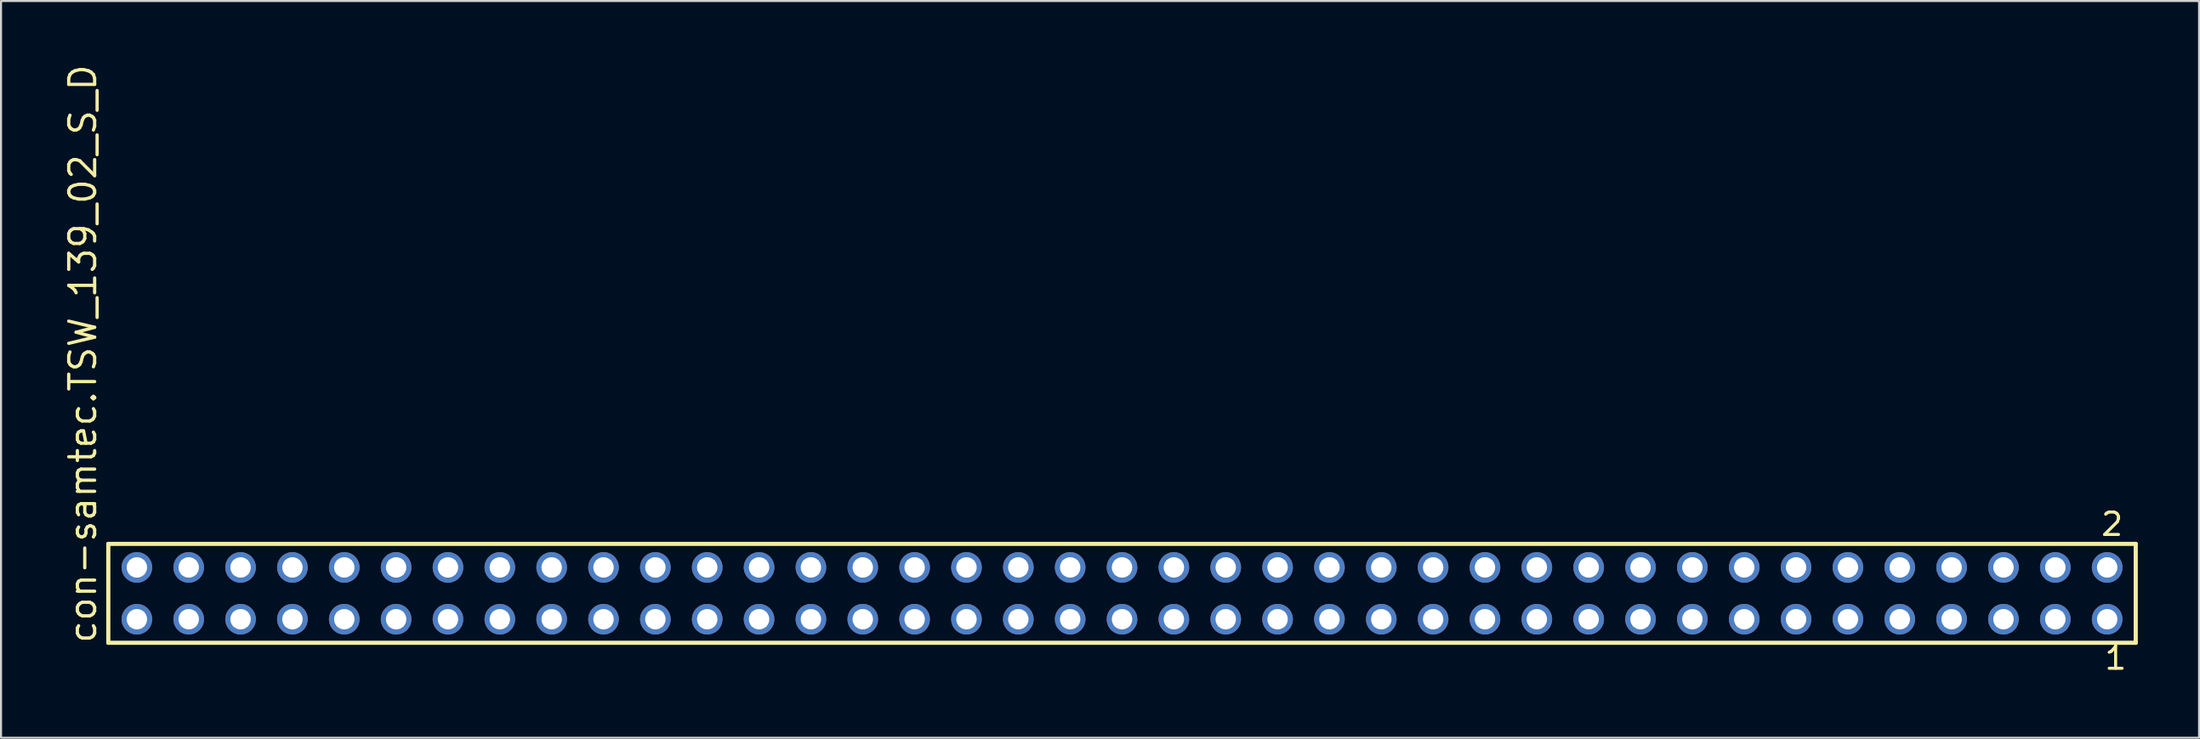
<source format=kicad_pcb>
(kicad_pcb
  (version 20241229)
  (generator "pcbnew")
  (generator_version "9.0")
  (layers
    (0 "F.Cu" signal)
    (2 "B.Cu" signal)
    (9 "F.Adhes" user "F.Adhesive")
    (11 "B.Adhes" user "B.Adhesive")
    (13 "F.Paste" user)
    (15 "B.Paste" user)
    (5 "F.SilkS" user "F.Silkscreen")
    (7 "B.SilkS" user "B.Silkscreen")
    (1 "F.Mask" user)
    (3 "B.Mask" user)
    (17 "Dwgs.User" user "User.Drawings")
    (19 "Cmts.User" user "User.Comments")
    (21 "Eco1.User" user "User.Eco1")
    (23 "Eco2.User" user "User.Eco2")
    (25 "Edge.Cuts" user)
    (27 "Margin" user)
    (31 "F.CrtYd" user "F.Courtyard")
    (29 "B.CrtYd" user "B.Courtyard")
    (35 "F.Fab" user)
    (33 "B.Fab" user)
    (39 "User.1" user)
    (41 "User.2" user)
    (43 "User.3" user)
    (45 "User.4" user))
  (footprint "con-samtec.TSW_139_02_S_D"
    (layer "F.Cu")
    (at 51.915 26.049)
    (property "Reference" "con-samtec.TSW_139_02_S_D" (at -50.165 2.54 90) (layer "F.SilkS") (effects (font (size 1.27 1.27) (thickness 0.16)) (justify left bottom)))
    (attr through_hole)
    (fp_line (start -49.659 -2.425) (end 49.659 -2.425) (stroke (width 0.203) (type default)) (layer "F.SilkS"))
    (fp_line (start -49.659 2.425) (end -49.659 -2.425) (stroke (width 0.203) (type default)) (layer "F.SilkS"))
    (fp_line (start 49.659 -2.425) (end 49.659 2.425) (stroke (width 0.203) (type default)) (layer "F.SilkS"))
    (fp_line (start 49.659 2.425) (end -49.659 2.425) (stroke (width 0.203) (type default)) (layer "F.SilkS"))
    (fp_rect (start -48.61 -0.92) (end -47.91 -1.62) (stroke (width 0.05) (type default)) (fill no) (layer "F.Fab"))
    (fp_rect (start -48.61 1.62) (end -47.91 0.92) (stroke (width 0.05) (type default)) (fill no) (layer "F.Fab"))
    (fp_rect (start -46.07 -0.92) (end -45.37 -1.62) (stroke (width 0.05) (type default)) (fill no) (layer "F.Fab"))
    (fp_rect (start -46.07 1.62) (end -45.37 0.92) (stroke (width 0.05) (type default)) (fill no) (layer "F.Fab"))
    (fp_rect (start -43.53 -0.92) (end -42.83 -1.62) (stroke (width 0.05) (type default)) (fill no) (layer "F.Fab"))
    (fp_rect (start -43.53 1.62) (end -42.83 0.92) (stroke (width 0.05) (type default)) (fill no) (layer "F.Fab"))
    (fp_rect (start -40.99 -0.92) (end -40.29 -1.62) (stroke (width 0.05) (type default)) (fill no) (layer "F.Fab"))
    (fp_rect (start -40.99 1.62) (end -40.29 0.92) (stroke (width 0.05) (type default)) (fill no) (layer "F.Fab"))
    (fp_rect (start -38.45 -0.92) (end -37.75 -1.62) (stroke (width 0.05) (type default)) (fill no) (layer "F.Fab"))
    (fp_rect (start -38.45 1.62) (end -37.75 0.92) (stroke (width 0.05) (type default)) (fill no) (layer "F.Fab"))
    (fp_rect (start -35.91 -0.92) (end -35.21 -1.62) (stroke (width 0.05) (type default)) (fill no) (layer "F.Fab"))
    (fp_rect (start -35.91 1.62) (end -35.21 0.92) (stroke (width 0.05) (type default)) (fill no) (layer "F.Fab"))
    (fp_rect (start -33.37 -0.92) (end -32.67 -1.62) (stroke (width 0.05) (type default)) (fill no) (layer "F.Fab"))
    (fp_rect (start -33.37 1.62) (end -32.67 0.92) (stroke (width 0.05) (type default)) (fill no) (layer "F.Fab"))
    (fp_rect (start -30.83 -0.92) (end -30.13 -1.62) (stroke (width 0.05) (type default)) (fill no) (layer "F.Fab"))
    (fp_rect (start -30.83 1.62) (end -30.13 0.92) (stroke (width 0.05) (type default)) (fill no) (layer "F.Fab"))
    (fp_rect (start -28.29 -0.92) (end -27.59 -1.62) (stroke (width 0.05) (type default)) (fill no) (layer "F.Fab"))
    (fp_rect (start -28.29 1.62) (end -27.59 0.92) (stroke (width 0.05) (type default)) (fill no) (layer "F.Fab"))
    (fp_rect (start -25.75 -0.92) (end -25.05 -1.62) (stroke (width 0.05) (type default)) (fill no) (layer "F.Fab"))
    (fp_rect (start -25.75 1.62) (end -25.05 0.92) (stroke (width 0.05) (type default)) (fill no) (layer "F.Fab"))
    (fp_rect (start -23.21 -0.92) (end -22.51 -1.62) (stroke (width 0.05) (type default)) (fill no) (layer "F.Fab"))
    (fp_rect (start -23.21 1.62) (end -22.51 0.92) (stroke (width 0.05) (type default)) (fill no) (layer "F.Fab"))
    (fp_rect (start -20.67 -0.92) (end -19.97 -1.62) (stroke (width 0.05) (type default)) (fill no) (layer "F.Fab"))
    (fp_rect (start -20.67 1.62) (end -19.97 0.92) (stroke (width 0.05) (type default)) (fill no) (layer "F.Fab"))
    (fp_rect (start -18.13 -0.92) (end -17.43 -1.62) (stroke (width 0.05) (type default)) (fill no) (layer "F.Fab"))
    (fp_rect (start -18.13 1.62) (end -17.43 0.92) (stroke (width 0.05) (type default)) (fill no) (layer "F.Fab"))
    (fp_rect (start -15.59 -0.92) (end -14.89 -1.62) (stroke (width 0.05) (type default)) (fill no) (layer "F.Fab"))
    (fp_rect (start -15.59 1.62) (end -14.89 0.92) (stroke (width 0.05) (type default)) (fill no) (layer "F.Fab"))
    (fp_rect (start -13.05 -0.92) (end -12.35 -1.62) (stroke (width 0.05) (type default)) (fill no) (layer "F.Fab"))
    (fp_rect (start -13.05 1.62) (end -12.35 0.92) (stroke (width 0.05) (type default)) (fill no) (layer "F.Fab"))
    (fp_rect (start -10.51 -0.92) (end -9.81 -1.62) (stroke (width 0.05) (type default)) (fill no) (layer "F.Fab"))
    (fp_rect (start -10.51 1.62) (end -9.81 0.92) (stroke (width 0.05) (type default)) (fill no) (layer "F.Fab"))
    (fp_rect (start -7.97 -0.92) (end -7.27 -1.62) (stroke (width 0.05) (type default)) (fill no) (layer "F.Fab"))
    (fp_rect (start -7.97 1.62) (end -7.27 0.92) (stroke (width 0.05) (type default)) (fill no) (layer "F.Fab"))
    (fp_rect (start -5.43 -0.92) (end -4.73 -1.62) (stroke (width 0.05) (type default)) (fill no) (layer "F.Fab"))
    (fp_rect (start -5.43 1.62) (end -4.73 0.92) (stroke (width 0.05) (type default)) (fill no) (layer "F.Fab"))
    (fp_rect (start -2.89 -0.92) (end -2.19 -1.62) (stroke (width 0.05) (type default)) (fill no) (layer "F.Fab"))
    (fp_rect (start -2.89 1.62) (end -2.19 0.92) (stroke (width 0.05) (type default)) (fill no) (layer "F.Fab"))
    (fp_rect (start -0.35 -0.92) (end 0.35 -1.62) (stroke (width 0.05) (type default)) (fill no) (layer "F.Fab"))
    (fp_rect (start -0.35 1.62) (end 0.35 0.92) (stroke (width 0.05) (type default)) (fill no) (layer "F.Fab"))
    (fp_rect (start 2.19 -0.92) (end 2.89 -1.62) (stroke (width 0.05) (type default)) (fill no) (layer "F.Fab"))
    (fp_rect (start 2.19 1.62) (end 2.89 0.92) (stroke (width 0.05) (type default)) (fill no) (layer "F.Fab"))
    (fp_rect (start 4.73 -0.92) (end 5.43 -1.62) (stroke (width 0.05) (type default)) (fill no) (layer "F.Fab"))
    (fp_rect (start 4.73 1.62) (end 5.43 0.92) (stroke (width 0.05) (type default)) (fill no) (layer "F.Fab"))
    (fp_rect (start 7.27 -0.92) (end 7.97 -1.62) (stroke (width 0.05) (type default)) (fill no) (layer "F.Fab"))
    (fp_rect (start 7.27 1.62) (end 7.97 0.92) (stroke (width 0.05) (type default)) (fill no) (layer "F.Fab"))
    (fp_rect (start 9.81 -0.92) (end 10.51 -1.62) (stroke (width 0.05) (type default)) (fill no) (layer "F.Fab"))
    (fp_rect (start 9.81 1.62) (end 10.51 0.92) (stroke (width 0.05) (type default)) (fill no) (layer "F.Fab"))
    (fp_rect (start 12.35 -0.92) (end 13.05 -1.62) (stroke (width 0.05) (type default)) (fill no) (layer "F.Fab"))
    (fp_rect (start 12.35 1.62) (end 13.05 0.92) (stroke (width 0.05) (type default)) (fill no) (layer "F.Fab"))
    (fp_rect (start 14.89 -0.92) (end 15.59 -1.62) (stroke (width 0.05) (type default)) (fill no) (layer "F.Fab"))
    (fp_rect (start 14.89 1.62) (end 15.59 0.92) (stroke (width 0.05) (type default)) (fill no) (layer "F.Fab"))
    (fp_rect (start 17.43 -0.92) (end 18.13 -1.62) (stroke (width 0.05) (type default)) (fill no) (layer "F.Fab"))
    (fp_rect (start 17.43 1.62) (end 18.13 0.92) (stroke (width 0.05) (type default)) (fill no) (layer "F.Fab"))
    (fp_rect (start 19.97 -0.92) (end 20.67 -1.62) (stroke (width 0.05) (type default)) (fill no) (layer "F.Fab"))
    (fp_rect (start 19.97 1.62) (end 20.67 0.92) (stroke (width 0.05) (type default)) (fill no) (layer "F.Fab"))
    (fp_rect (start 22.51 -0.92) (end 23.21 -1.62) (stroke (width 0.05) (type default)) (fill no) (layer "F.Fab"))
    (fp_rect (start 22.51 1.62) (end 23.21 0.92) (stroke (width 0.05) (type default)) (fill no) (layer "F.Fab"))
    (fp_rect (start 25.05 -0.92) (end 25.75 -1.62) (stroke (width 0.05) (type default)) (fill no) (layer "F.Fab"))
    (fp_rect (start 25.05 1.62) (end 25.75 0.92) (stroke (width 0.05) (type default)) (fill no) (layer "F.Fab"))
    (fp_rect (start 27.59 -0.92) (end 28.29 -1.62) (stroke (width 0.05) (type default)) (fill no) (layer "F.Fab"))
    (fp_rect (start 27.59 1.62) (end 28.29 0.92) (stroke (width 0.05) (type default)) (fill no) (layer "F.Fab"))
    (fp_rect (start 30.13 -0.92) (end 30.83 -1.62) (stroke (width 0.05) (type default)) (fill no) (layer "F.Fab"))
    (fp_rect (start 30.13 1.62) (end 30.83 0.92) (stroke (width 0.05) (type default)) (fill no) (layer "F.Fab"))
    (fp_rect (start 32.67 -0.92) (end 33.37 -1.62) (stroke (width 0.05) (type default)) (fill no) (layer "F.Fab"))
    (fp_rect (start 32.67 1.62) (end 33.37 0.92) (stroke (width 0.05) (type default)) (fill no) (layer "F.Fab"))
    (fp_rect (start 35.21 -0.92) (end 35.91 -1.62) (stroke (width 0.05) (type default)) (fill no) (layer "F.Fab"))
    (fp_rect (start 35.21 1.62) (end 35.91 0.92) (stroke (width 0.05) (type default)) (fill no) (layer "F.Fab"))
    (fp_rect (start 37.75 -0.92) (end 38.45 -1.62) (stroke (width 0.05) (type default)) (fill no) (layer "F.Fab"))
    (fp_rect (start 37.75 1.62) (end 38.45 0.92) (stroke (width 0.05) (type default)) (fill no) (layer "F.Fab"))
    (fp_rect (start 40.29 -0.92) (end 40.99 -1.62) (stroke (width 0.05) (type default)) (fill no) (layer "F.Fab"))
    (fp_rect (start 40.29 1.62) (end 40.99 0.92) (stroke (width 0.05) (type default)) (fill no) (layer "F.Fab"))
    (fp_rect (start 42.83 -0.92) (end 43.53 -1.62) (stroke (width 0.05) (type default)) (fill no) (layer "F.Fab"))
    (fp_rect (start 42.83 1.62) (end 43.53 0.92) (stroke (width 0.05) (type default)) (fill no) (layer "F.Fab"))
    (fp_rect (start 45.37 -0.92) (end 46.07 -1.62) (stroke (width 0.05) (type default)) (fill no) (layer "F.Fab"))
    (fp_rect (start 45.37 1.62) (end 46.07 0.92) (stroke (width 0.05) (type default)) (fill no) (layer "F.Fab"))
    (fp_rect (start 47.91 -0.92) (end 48.61 -1.62) (stroke (width 0.05) (type default)) (fill no) (layer "F.Fab"))
    (fp_rect (start 47.91 1.62) (end 48.61 0.92) (stroke (width 0.05) (type default)) (fill no) (layer "F.Fab"))
    (fp_text user "1" (at 48.052 3.818 0) (layer "F.SilkS") (effects (font (size 1.1 1.1) (thickness 0.15)) (justify left bottom)))
    (fp_text user "2" (at 47.877 -2.744 0) (layer "F.SilkS") (effects (font (size 1.1 1.1) (thickness 0.15)) (justify left bottom)))
    (pad "1" thru_hole circle (at 48.26 1.27 180) (size 1.5 1.5) (drill 1) (layers "*.Cu" "*.Mask"))
    (pad "2" thru_hole circle (at 48.26 -1.27 180) (size 1.5 1.5) (drill 1) (layers "*.Cu" "*.Mask"))
    (pad "3" thru_hole circle (at 45.72 1.27 180) (size 1.5 1.5) (drill 1) (layers "*.Cu" "*.Mask"))
    (pad "4" thru_hole circle (at 45.72 -1.27 180) (size 1.5 1.5) (drill 1) (layers "*.Cu" "*.Mask"))
    (pad "5" thru_hole circle (at 43.18 1.27 180) (size 1.5 1.5) (drill 1) (layers "*.Cu" "*.Mask"))
    (pad "6" thru_hole circle (at 43.18 -1.27 180) (size 1.5 1.5) (drill 1) (layers "*.Cu" "*.Mask"))
    (pad "7" thru_hole circle (at 40.64 1.27 180) (size 1.5 1.5) (drill 1) (layers "*.Cu" "*.Mask"))
    (pad "8" thru_hole circle (at 40.64 -1.27 180) (size 1.5 1.5) (drill 1) (layers "*.Cu" "*.Mask"))
    (pad "9" thru_hole circle (at 38.1 1.27 180) (size 1.5 1.5) (drill 1) (layers "*.Cu" "*.Mask"))
    (pad "10" thru_hole circle (at 38.1 -1.27 180) (size 1.5 1.5) (drill 1) (layers "*.Cu" "*.Mask"))
    (pad "11" thru_hole circle (at 35.56 1.27 180) (size 1.5 1.5) (drill 1) (layers "*.Cu" "*.Mask"))
    (pad "12" thru_hole circle (at 35.56 -1.27 180) (size 1.5 1.5) (drill 1) (layers "*.Cu" "*.Mask"))
    (pad "13" thru_hole circle (at 33.02 1.27 180) (size 1.5 1.5) (drill 1) (layers "*.Cu" "*.Mask"))
    (pad "14" thru_hole circle (at 33.02 -1.27 180) (size 1.5 1.5) (drill 1) (layers "*.Cu" "*.Mask"))
    (pad "15" thru_hole circle (at 30.48 1.27 180) (size 1.5 1.5) (drill 1) (layers "*.Cu" "*.Mask"))
    (pad "16" thru_hole circle (at 30.48 -1.27 180) (size 1.5 1.5) (drill 1) (layers "*.Cu" "*.Mask"))
    (pad "17" thru_hole circle (at 27.94 1.27 180) (size 1.5 1.5) (drill 1) (layers "*.Cu" "*.Mask"))
    (pad "18" thru_hole circle (at 27.94 -1.27 180) (size 1.5 1.5) (drill 1) (layers "*.Cu" "*.Mask"))
    (pad "19" thru_hole circle (at 25.4 1.27 180) (size 1.5 1.5) (drill 1) (layers "*.Cu" "*.Mask"))
    (pad "20" thru_hole circle (at 25.4 -1.27 180) (size 1.5 1.5) (drill 1) (layers "*.Cu" "*.Mask"))
    (pad "21" thru_hole circle (at 22.86 1.27 180) (size 1.5 1.5) (drill 1) (layers "*.Cu" "*.Mask"))
    (pad "22" thru_hole circle (at 22.86 -1.27 180) (size 1.5 1.5) (drill 1) (layers "*.Cu" "*.Mask"))
    (pad "23" thru_hole circle (at 20.32 1.27 180) (size 1.5 1.5) (drill 1) (layers "*.Cu" "*.Mask"))
    (pad "24" thru_hole circle (at 20.32 -1.27 180) (size 1.5 1.5) (drill 1) (layers "*.Cu" "*.Mask"))
    (pad "25" thru_hole circle (at 17.78 1.27 180) (size 1.5 1.5) (drill 1) (layers "*.Cu" "*.Mask"))
    (pad "26" thru_hole circle (at 17.78 -1.27 180) (size 1.5 1.5) (drill 1) (layers "*.Cu" "*.Mask"))
    (pad "27" thru_hole circle (at 15.24 1.27 180) (size 1.5 1.5) (drill 1) (layers "*.Cu" "*.Mask"))
    (pad "28" thru_hole circle (at 15.24 -1.27 180) (size 1.5 1.5) (drill 1) (layers "*.Cu" "*.Mask"))
    (pad "29" thru_hole circle (at 12.7 1.27 180) (size 1.5 1.5) (drill 1) (layers "*.Cu" "*.Mask"))
    (pad "30" thru_hole circle (at 12.7 -1.27 180) (size 1.5 1.5) (drill 1) (layers "*.Cu" "*.Mask"))
    (pad "31" thru_hole circle (at 10.16 1.27 180) (size 1.5 1.5) (drill 1) (layers "*.Cu" "*.Mask"))
    (pad "32" thru_hole circle (at 10.16 -1.27 180) (size 1.5 1.5) (drill 1) (layers "*.Cu" "*.Mask"))
    (pad "33" thru_hole circle (at 7.62 1.27 180) (size 1.5 1.5) (drill 1) (layers "*.Cu" "*.Mask"))
    (pad "34" thru_hole circle (at 7.62 -1.27 180) (size 1.5 1.5) (drill 1) (layers "*.Cu" "*.Mask"))
    (pad "35" thru_hole circle (at 5.08 1.27 180) (size 1.5 1.5) (drill 1) (layers "*.Cu" "*.Mask"))
    (pad "36" thru_hole circle (at 5.08 -1.27 180) (size 1.5 1.5) (drill 1) (layers "*.Cu" "*.Mask"))
    (pad "37" thru_hole circle (at 2.54 1.27 180) (size 1.5 1.5) (drill 1) (layers "*.Cu" "*.Mask"))
    (pad "38" thru_hole circle (at 2.54 -1.27 180) (size 1.5 1.5) (drill 1) (layers "*.Cu" "*.Mask"))
    (pad "39" thru_hole circle (at 0 1.27 180) (size 1.5 1.5) (drill 1) (layers "*.Cu" "*.Mask"))
    (pad "40" thru_hole circle (at 0 -1.27 180) (size 1.5 1.5) (drill 1) (layers "*.Cu" "*.Mask"))
    (pad "41" thru_hole circle (at -2.54 1.27 180) (size 1.5 1.5) (drill 1) (layers "*.Cu" "*.Mask"))
    (pad "42" thru_hole circle (at -2.54 -1.27 180) (size 1.5 1.5) (drill 1) (layers "*.Cu" "*.Mask"))
    (pad "43" thru_hole circle (at -5.08 1.27 180) (size 1.5 1.5) (drill 1) (layers "*.Cu" "*.Mask"))
    (pad "44" thru_hole circle (at -5.08 -1.27 180) (size 1.5 1.5) (drill 1) (layers "*.Cu" "*.Mask"))
    (pad "45" thru_hole circle (at -7.62 1.27 180) (size 1.5 1.5) (drill 1) (layers "*.Cu" "*.Mask"))
    (pad "46" thru_hole circle (at -7.62 -1.27 180) (size 1.5 1.5) (drill 1) (layers "*.Cu" "*.Mask"))
    (pad "47" thru_hole circle (at -10.16 1.27 180) (size 1.5 1.5) (drill 1) (layers "*.Cu" "*.Mask"))
    (pad "48" thru_hole circle (at -10.16 -1.27 180) (size 1.5 1.5) (drill 1) (layers "*.Cu" "*.Mask"))
    (pad "49" thru_hole circle (at -12.7 1.27 180) (size 1.5 1.5) (drill 1) (layers "*.Cu" "*.Mask"))
    (pad "50" thru_hole circle (at -12.7 -1.27 180) (size 1.5 1.5) (drill 1) (layers "*.Cu" "*.Mask"))
    (pad "51" thru_hole circle (at -15.24 1.27 180) (size 1.5 1.5) (drill 1) (layers "*.Cu" "*.Mask"))
    (pad "52" thru_hole circle (at -15.24 -1.27 180) (size 1.5 1.5) (drill 1) (layers "*.Cu" "*.Mask"))
    (pad "53" thru_hole circle (at -17.78 1.27 180) (size 1.5 1.5) (drill 1) (layers "*.Cu" "*.Mask"))
    (pad "54" thru_hole circle (at -17.78 -1.27 180) (size 1.5 1.5) (drill 1) (layers "*.Cu" "*.Mask"))
    (pad "55" thru_hole circle (at -20.32 1.27 180) (size 1.5 1.5) (drill 1) (layers "*.Cu" "*.Mask"))
    (pad "56" thru_hole circle (at -20.32 -1.27 180) (size 1.5 1.5) (drill 1) (layers "*.Cu" "*.Mask"))
    (pad "57" thru_hole circle (at -22.86 1.27 180) (size 1.5 1.5) (drill 1) (layers "*.Cu" "*.Mask"))
    (pad "58" thru_hole circle (at -22.86 -1.27 180) (size 1.5 1.5) (drill 1) (layers "*.Cu" "*.Mask"))
    (pad "59" thru_hole circle (at -25.4 1.27 180) (size 1.5 1.5) (drill 1) (layers "*.Cu" "*.Mask"))
    (pad "60" thru_hole circle (at -25.4 -1.27 180) (size 1.5 1.5) (drill 1) (layers "*.Cu" "*.Mask"))
    (pad "61" thru_hole circle (at -27.94 1.27 180) (size 1.5 1.5) (drill 1) (layers "*.Cu" "*.Mask"))
    (pad "62" thru_hole circle (at -27.94 -1.27 180) (size 1.5 1.5) (drill 1) (layers "*.Cu" "*.Mask"))
    (pad "63" thru_hole circle (at -30.48 1.27 180) (size 1.5 1.5) (drill 1) (layers "*.Cu" "*.Mask"))
    (pad "64" thru_hole circle (at -30.48 -1.27 180) (size 1.5 1.5) (drill 1) (layers "*.Cu" "*.Mask"))
    (pad "65" thru_hole circle (at -33.02 1.27 180) (size 1.5 1.5) (drill 1) (layers "*.Cu" "*.Mask"))
    (pad "66" thru_hole circle (at -33.02 -1.27 180) (size 1.5 1.5) (drill 1) (layers "*.Cu" "*.Mask"))
    (pad "67" thru_hole circle (at -35.56 1.27 180) (size 1.5 1.5) (drill 1) (layers "*.Cu" "*.Mask"))
    (pad "68" thru_hole circle (at -35.56 -1.27 180) (size 1.5 1.5) (drill 1) (layers "*.Cu" "*.Mask"))
    (pad "69" thru_hole circle (at -38.1 1.27 180) (size 1.5 1.5) (drill 1) (layers "*.Cu" "*.Mask"))
    (pad "70" thru_hole circle (at -38.1 -1.27 180) (size 1.5 1.5) (drill 1) (layers "*.Cu" "*.Mask"))
    (pad "71" thru_hole circle (at -40.64 1.27 180) (size 1.5 1.5) (drill 1) (layers "*.Cu" "*.Mask"))
    (pad "72" thru_hole circle (at -40.64 -1.27 180) (size 1.5 1.5) (drill 1) (layers "*.Cu" "*.Mask"))
    (pad "73" thru_hole circle (at -43.18 1.27 180) (size 1.5 1.5) (drill 1) (layers "*.Cu" "*.Mask"))
    (pad "74" thru_hole circle (at -43.18 -1.27 180) (size 1.5 1.5) (drill 1) (layers "*.Cu" "*.Mask"))
    (pad "75" thru_hole circle (at -45.72 1.27 180) (size 1.5 1.5) (drill 1) (layers "*.Cu" "*.Mask"))
    (pad "76" thru_hole circle (at -45.72 -1.27 180) (size 1.5 1.5) (drill 1) (layers "*.Cu" "*.Mask"))
    (pad "77" thru_hole circle (at -48.26 1.27 180) (size 1.5 1.5) (drill 1) (layers "*.Cu" "*.Mask"))
    (pad "78" thru_hole circle (at -48.26 -1.27 180) (size 1.5 1.5) (drill 1) (layers "*.Cu" "*.Mask")))
  (gr_rect
    (start -3 -3)
    (end 104.676 33.131)
    (stroke (width 0.1) (type default))
    (fill no)
    (layer "Edge.Cuts")))
</source>
